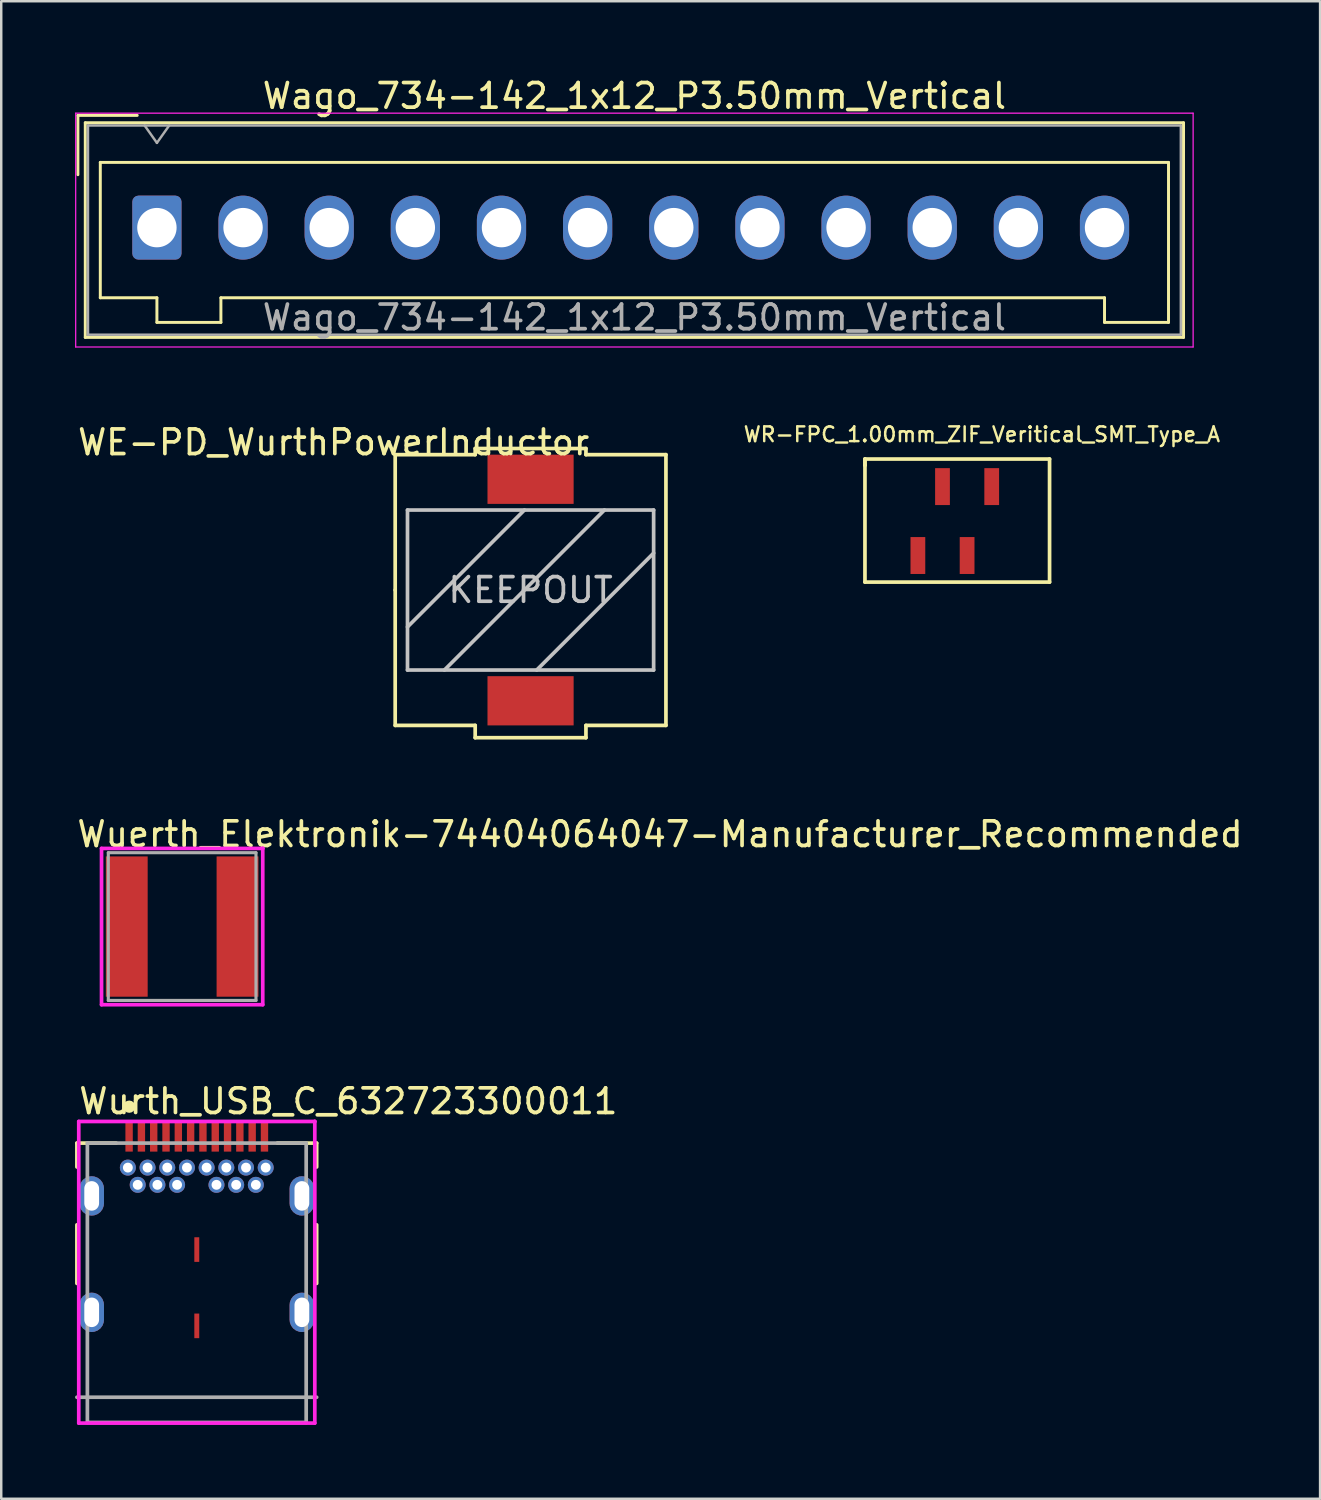
<source format=kicad_pcb>
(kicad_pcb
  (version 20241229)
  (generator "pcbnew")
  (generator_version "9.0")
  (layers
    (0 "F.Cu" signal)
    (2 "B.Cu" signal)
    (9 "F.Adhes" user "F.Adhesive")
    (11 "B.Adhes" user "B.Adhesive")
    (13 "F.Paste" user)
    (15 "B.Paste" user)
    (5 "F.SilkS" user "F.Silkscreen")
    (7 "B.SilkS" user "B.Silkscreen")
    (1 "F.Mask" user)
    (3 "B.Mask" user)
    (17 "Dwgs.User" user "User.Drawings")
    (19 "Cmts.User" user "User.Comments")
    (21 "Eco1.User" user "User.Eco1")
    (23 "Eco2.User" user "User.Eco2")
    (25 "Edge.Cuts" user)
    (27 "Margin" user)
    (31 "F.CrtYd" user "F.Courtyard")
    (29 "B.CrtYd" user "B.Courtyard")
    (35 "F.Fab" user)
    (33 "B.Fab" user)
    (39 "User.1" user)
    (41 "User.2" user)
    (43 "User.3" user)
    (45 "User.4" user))
  (footprint "Wurth_USB_C_632723300011"
    (layer "F.Cu")
    (at 4.945 49.068)
    (property "Reference" "Wurth_USB_C_632723300011" (at -4.87 -7.375 0) (layer "F.SilkS") (effects (font (size 1 1) (thickness 0.15)) (justify left)))
    (attr through_hole)
    (fp_line (start -4.87 -5.675) (end -3.275 -5.675) (stroke (width 0.15) (type solid)) (layer "F.SilkS"))
    (fp_line (start -4.87 -4.705) (end -4.87 -5.675) (stroke (width 0.15) (type solid)) (layer "F.SilkS"))
    (fp_line (start -4.87 0.025) (end -4.87 -2.355) (stroke (width 0.15) (type solid)) (layer "F.SilkS"))
    (fp_line (start 3.275 -5.675) (end 4.87 -5.675) (stroke (width 0.15) (type solid)) (layer "F.SilkS"))
    (fp_line (start 4.87 -4.705) (end 4.87 -5.675) (stroke (width 0.15) (type solid)) (layer "F.SilkS"))
    (fp_line (start 4.87 0.025) (end 4.87 -2.355) (stroke (width 0.15) (type solid)) (layer "F.SilkS"))
    (fp_circle (center -2.745 -7.155) (end -2.62 -7.155) (stroke (width 0.25) (type solid)) (fill no) (layer "F.SilkS"))
    (fp_line (start -4.795 -6.555) (end -4.795 5.7) (stroke (width 0.15) (type solid)) (layer "F.CrtYd"))
    (fp_line (start -4.795 5.7) (end 4.795 5.7) (stroke (width 0.15) (type solid)) (layer "F.CrtYd"))
    (fp_line (start 4.795 -6.555) (end -4.795 -6.555) (stroke (width 0.15) (type solid)) (layer "F.CrtYd"))
    (fp_line (start 4.795 -6.555) (end 4.795 -6.555) (stroke (width 0.15) (type solid)) (layer "F.CrtYd"))
    (fp_line (start 4.795 5.7) (end 4.795 -6.555) (stroke (width 0.15) (type solid)) (layer "F.CrtYd"))
    (fp_line (start -4.445 -5.675) (end 4.445 -5.675) (stroke (width 0.15) (type solid)) (layer "F.Fab"))
    (fp_line (start -4.445 5.675) (end -4.445 -5.675) (stroke (width 0.15) (type solid)) (layer "F.Fab"))
    (fp_line (start 4.445 -5.675) (end 4.445 5.675) (stroke (width 0.15) (type solid)) (layer "F.Fab"))
    (fp_line (start 4.445 5.675) (end -4.445 5.675) (stroke (width 0.15) (type solid)) (layer "F.Fab"))
    (fp_line (start 4.87 4.65) (end -4.87 4.65) (stroke (width 0.15) (type solid)) (layer "F.Fab"))
    (pad "1" thru_hole circle (at -2 -4.68) (size 0.65 0.65) (drill 0.4) (layers "*.Cu"))
    (pad "2" thru_hole circle (at 2 -4.68) (size 0.65 0.65) (drill 0.4) (layers "*.Cu"))
    (pad "A1" smd rect (at -2.75 -5.93) (size 0.3 1.2) (layers "F.Cu" "F.Mask" "F.Paste"))
    (pad "A2" smd rect (at -2.25 -5.93) (size 0.3 1.2) (layers "F.Cu" "F.Mask" "F.Paste"))
    (pad "A3" smd rect (at -1.75 -5.93) (size 0.3 1.2) (layers "F.Cu" "F.Mask" "F.Paste"))
    (pad "A4" smd rect (at -1.25 -5.93) (size 0.3 1.2) (layers "F.Cu" "F.Mask" "F.Paste"))
    (pad "A5" smd rect (at -0.75 -5.93) (size 0.3 1.2) (layers "F.Cu" "F.Mask" "F.Paste"))
    (pad "A6" smd rect (at -0.25 -5.93) (size 0.3 1.2) (layers "F.Cu" "F.Mask" "F.Paste"))
    (pad "A7" smd rect (at 0.25 -5.93) (size 0.3 1.2) (layers "F.Cu" "F.Mask" "F.Paste"))
    (pad "A8" smd rect (at 0.75 -5.93) (size 0.3 1.2) (layers "F.Cu" "F.Mask" "F.Paste"))
    (pad "A9" smd rect (at 1.25 -5.93) (size 0.3 1.2) (layers "F.Cu" "F.Mask" "F.Paste"))
    (pad "A10" smd rect (at 1.75 -5.93) (size 0.3 1.2) (layers "F.Cu" "F.Mask" "F.Paste"))
    (pad "A11" smd rect (at 2.25 -5.93) (size 0.3 1.2) (layers "F.Cu" "F.Mask" "F.Paste"))
    (pad "A12" smd rect (at 2.75 -5.93) (size 0.3 1.2) (layers "F.Cu" "F.Mask" "F.Paste"))
    (pad "B1" thru_hole circle (at 2.8 -4.68) (size 0.65 0.65) (drill 0.4) (layers "*.Cu"))
    (pad "B2" thru_hole circle (at 2.4 -3.98) (size 0.65 0.65) (drill 0.4) (layers "*.Cu"))
    (pad "B3" thru_hole circle (at 1.6 -3.98) (size 0.65 0.65) (drill 0.4) (layers "*.Cu"))
    (pad "B4" thru_hole circle (at 1.2 -4.68) (size 0.65 0.65) (drill 0.4) (layers "*.Cu"))
    (pad "B5" thru_hole circle (at 0.8 -3.98) (size 0.65 0.65) (drill 0.4) (layers "*.Cu"))
    (pad "B6" thru_hole circle (at 0.4 -4.68) (size 0.65 0.65) (drill 0.4) (layers "*.Cu"))
    (pad "B7" thru_hole circle (at -0.4 -4.68) (size 0.65 0.65) (drill 0.4) (layers "*.Cu"))
    (pad "B8" thru_hole circle (at -0.8 -3.98) (size 0.65 0.65) (drill 0.4) (layers "*.Cu"))
    (pad "B9" thru_hole circle (at -1.2 -4.68) (size 0.65 0.65) (drill 0.4) (layers "*.Cu"))
    (pad "B10" thru_hole circle (at -1.6 -3.98) (size 0.65 0.65) (drill 0.4) (layers "*.Cu"))
    (pad "B11" thru_hole circle (at -2.4 -3.98) (size 0.65 0.65) (drill 0.4) (layers "*.Cu"))
    (pad "B12" thru_hole circle (at -2.8 -4.68) (size 0.65 0.65) (drill 0.4) (layers "*.Cu"))
    (pad "S1" thru_hole roundrect (at -4.27 -3.53) (size 1 1.6) (drill oval 0.6 1.2) (layers "*.Cu") (roundrect_rratio 0.5))
    (pad "S1" thru_hole roundrect (at -4.27 1.2) (size 1 1.6) (drill oval 0.6 1.2) (layers "*.Cu") (roundrect_rratio 0.5))
    (pad "S1" smd rect (at 0 -1.35) (size 0.2 1) (layers "F.Cu" "F.Mask" "F.Paste"))
    (pad "S1" smd rect (at 0 1.75) (size 0.2 1) (layers "F.Cu" "F.Mask" "F.Paste"))
    (pad "S1" thru_hole roundrect (at 4.27 -3.53) (size 1 1.6) (drill oval 0.6 1.2) (layers "*.Cu") (roundrect_rratio 0.5))
    (pad "S1" thru_hole roundrect (at 4.27 1.2) (size 1 1.6) (drill oval 0.6 1.2) (layers "*.Cu") (roundrect_rratio 0.5)))
  (footprint "WR-FPC_1.00mm_ZIF_Veritical_SMT_Type_A"
    (layer "F.Cu")
    (at 37.342 18.35)
    (property "Reference" "WR-FPC_1.00mm_ZIF_Veritical_SMT_Type_A" (at -0.5 -3.75 0) (layer "F.SilkS") (effects (font (size 0.6 0.6) (thickness 0.1))))
    (attr through_hole)
    (fp_line (start -5.25 -2.75) (end 2.25 -2.75) (stroke (width 0.15) (type solid)) (layer "F.SilkS"))
    (fp_line (start -5.25 -2.5) (end -5.25 -2.75) (stroke (width 0.15) (type solid)) (layer "F.SilkS"))
    (fp_line (start -5.25 -2.5) (end -5.25 -2.75) (stroke (width 0.15) (type solid)) (layer "F.SilkS"))
    (fp_line (start -5.25 2.25) (end -5.25 -2.5) (stroke (width 0.15) (type solid)) (layer "F.SilkS"))
    (fp_line (start 2.25 -2.75) (end 2.25 2.25) (stroke (width 0.15) (type solid)) (layer "F.SilkS"))
    (fp_line (start 2.25 2.25) (end -5.25 2.25) (stroke (width 0.15) (type solid)) (layer "F.SilkS"))
    (pad "1" smd rect (at -3.1 1.17) (size 0.6 1.5) (layers "F.Cu" "F.Mask" "F.Paste"))
    (pad "2" smd rect (at -2.1 -1.63) (size 0.6 1.5) (layers "F.Cu" "F.Mask" "F.Paste"))
    (pad "3" smd rect (at -1.1 1.17) (size 0.6 1.5) (layers "F.Cu" "F.Mask" "F.Paste"))
    (pad "4" smd rect (at -0.1 -1.63) (size 0.6 1.5) (layers "F.Cu" "F.Mask" "F.Paste")))
  (footprint "Wago_734-142_1x12_P3.50mm_Vertical"
    (layer "F.Cu")
    (at 3.325 6.198)
    (property "Reference" "Wago_734-142_1x12_P3.50mm_Vertical" (at 19.4 -5.35 0) (layer "F.SilkS") (effects (font (size 1 1) (thickness 0.15))))
    (attr through_hole)
    (fp_line (start -3.21 -4.56) (end -0.8 -4.56) (stroke (width 0.12) (type solid)) (layer "F.SilkS"))
    (fp_line (start -3.21 -2.15) (end -3.21 -4.56) (stroke (width 0.12) (type solid)) (layer "F.SilkS"))
    (fp_line (start -2.91 -4.26) (end -2.91 4.46) (stroke (width 0.12) (type solid)) (layer "F.SilkS"))
    (fp_line (start -2.91 4.46) (end 41.71 4.46) (stroke (width 0.12) (type solid)) (layer "F.SilkS"))
    (fp_line (start -2.3 -2.65) (end -2.3 2.85) (stroke (width 0.12) (type solid)) (layer "F.SilkS"))
    (fp_line (start -2.3 2.85) (end 0 2.85) (stroke (width 0.12) (type solid)) (layer "F.SilkS"))
    (fp_line (start 0 2.85) (end 0 3.85) (stroke (width 0.12) (type solid)) (layer "F.SilkS"))
    (fp_line (start 0 3.85) (end 2.6 3.85) (stroke (width 0.12) (type solid)) (layer "F.SilkS"))
    (fp_line (start 2.6 2.85) (end 38.5 2.85) (stroke (width 0.12) (type solid)) (layer "F.SilkS"))
    (fp_line (start 2.6 3.85) (end 2.6 2.85) (stroke (width 0.12) (type solid)) (layer "F.SilkS"))
    (fp_line (start 38.5 2.85) (end 38.5 3.85) (stroke (width 0.12) (type solid)) (layer "F.SilkS"))
    (fp_line (start 38.5 3.85) (end 41.1 3.85) (stroke (width 0.12) (type solid)) (layer "F.SilkS"))
    (fp_line (start 41.1 -2.65) (end -2.3 -2.65) (stroke (width 0.12) (type solid)) (layer "F.SilkS"))
    (fp_line (start 41.1 3.85) (end 41.1 -2.65) (stroke (width 0.12) (type solid)) (layer "F.SilkS"))
    (fp_line (start 41.71 -4.26) (end -2.91 -4.26) (stroke (width 0.12) (type solid)) (layer "F.SilkS"))
    (fp_line (start 41.71 4.46) (end 41.71 -4.26) (stroke (width 0.12) (type solid)) (layer "F.SilkS"))
    (fp_line (start -3.3 -4.65) (end -3.3 4.85) (stroke (width 0.05) (type solid)) (layer "F.CrtYd"))
    (fp_line (start -3.3 4.85) (end 42.1 4.85) (stroke (width 0.05) (type solid)) (layer "F.CrtYd"))
    (fp_line (start 42.1 -4.65) (end -3.3 -4.65) (stroke (width 0.05) (type solid)) (layer "F.CrtYd"))
    (fp_line (start 42.1 4.85) (end 42.1 -4.65) (stroke (width 0.05) (type solid)) (layer "F.CrtYd"))
    (fp_line (start -2.8 -4.15) (end -2.8 4.35) (stroke (width 0.1) (type solid)) (layer "F.Fab"))
    (fp_line (start -2.8 4.35) (end 41.6 4.35) (stroke (width 0.1) (type solid)) (layer "F.Fab"))
    (fp_line (start -0.5 -4.15) (end 0 -3.443) (stroke (width 0.1) (type solid)) (layer "F.Fab"))
    (fp_line (start 0 -3.443) (end 0.5 -4.15) (stroke (width 0.1) (type solid)) (layer "F.Fab"))
    (fp_line (start 41.6 -4.15) (end -2.8 -4.15) (stroke (width 0.1) (type solid)) (layer "F.Fab"))
    (fp_line (start 41.6 4.35) (end 41.6 -4.15) (stroke (width 0.1) (type solid)) (layer "F.Fab"))
    (fp_text user "${REFERENCE}" (at 19.4 3.65 0) (layer "F.Fab") (effects (font (size 1 1) (thickness 0.15))))
    (pad "1" thru_hole roundrect (at 0 0) (size 2 2.6) (drill 1.6) (layers "*.Cu" "*.Mask") (roundrect_rratio 0.125))
    (pad "2" thru_hole oval (at 3.5 0) (size 2 2.6) (drill 1.6) (layers "*.Cu" "*.Mask"))
    (pad "3" thru_hole oval (at 7 0) (size 2 2.6) (drill 1.6) (layers "*.Cu" "*.Mask"))
    (pad "4" thru_hole oval (at 10.5 0) (size 2 2.6) (drill 1.6) (layers "*.Cu" "*.Mask"))
    (pad "5" thru_hole oval (at 14 0) (size 2 2.6) (drill 1.6) (layers "*.Cu" "*.Mask"))
    (pad "6" thru_hole oval (at 17.5 0) (size 2 2.6) (drill 1.6) (layers "*.Cu" "*.Mask"))
    (pad "7" thru_hole oval (at 21 0) (size 2 2.6) (drill 1.6) (layers "*.Cu" "*.Mask"))
    (pad "8" thru_hole oval (at 24.5 0) (size 2 2.6) (drill 1.6) (layers "*.Cu" "*.Mask"))
    (pad "9" thru_hole oval (at 28 0) (size 2 2.6) (drill 1.6) (layers "*.Cu" "*.Mask"))
    (pad "10" thru_hole oval (at 31.5 0) (size 2 2.6) (drill 1.6) (layers "*.Cu" "*.Mask"))
    (pad "11" thru_hole oval (at 35 0) (size 2 2.6) (drill 1.6) (layers "*.Cu" "*.Mask"))
    (pad "12" thru_hole oval (at 38.5 0) (size 2 2.6) (drill 1.6) (layers "*.Cu" "*.Mask")))
  (footprint "Wuerth_Elektronik-74404064047-Manufacturer_Recommended"
    (layer "F.Cu")
    (at 4.35 34.595)
    (property "Reference" "Wuerth_Elektronik-74404064047-Manufacturer_Recommended" (at -4.35 -3.75 0) (layer "F.SilkS") (effects (font (size 1 1) (thickness 0.15)) (justify left)))
    (attr through_hole)
    (fp_line (start -3.275 -3.175) (end -3.275 3.175) (stroke (width 0.15) (type solid)) (layer "F.CrtYd"))
    (fp_line (start -3.275 3.175) (end 3.275 3.175) (stroke (width 0.15) (type solid)) (layer "F.CrtYd"))
    (fp_line (start 3.275 -3.175) (end -3.275 -3.175) (stroke (width 0.15) (type solid)) (layer "F.CrtYd"))
    (fp_line (start 3.275 -3.175) (end 3.275 -3.175) (stroke (width 0.15) (type solid)) (layer "F.CrtYd"))
    (fp_line (start 3.275 3.175) (end 3.275 -3.175) (stroke (width 0.15) (type solid)) (layer "F.CrtYd"))
    (fp_line (start -3 -3) (end 3 -3) (stroke (width 0.127) (type solid)) (layer "F.Fab"))
    (fp_line (start -3 3) (end -3 -3) (stroke (width 0.127) (type solid)) (layer "F.Fab"))
    (fp_line (start -3 3) (end 3 3) (stroke (width 0.127) (type solid)) (layer "F.Fab"))
    (fp_line (start 3 3) (end 3 -3) (stroke (width 0.127) (type solid)) (layer "F.Fab"))
    (pad "1" smd rect (at -2.25 0.000001) (size 1.7 5.7) (layers "F.Cu" "F.Mask" "F.Paste"))
    (pad "2" smd rect (at 2.25 0.000001) (size 1.7 5.7) (layers "F.Cu" "F.Mask" "F.Paste")))
  (footprint "WE-PD_WurthPowerInductor"
    (layer "F.Cu")
    (at 18.506 20.922)
    (property "Reference" "WE-PD_WurthPowerInductor" (at -8 -6 0) (layer "F.SilkS") (effects (font (size 1 1) (thickness 0.15))))
    (attr through_hole)
    (fp_line (start -5.5 -5.5) (end -5.5 0) (stroke (width 0.15) (type solid)) (layer "F.SilkS"))
    (fp_line (start -5.5 0) (end -5.5 5.5) (stroke (width 0.15) (type solid)) (layer "F.SilkS"))
    (fp_line (start -5.5 5.5) (end -2.25 5.5) (stroke (width 0.15) (type solid)) (layer "F.SilkS"))
    (fp_line (start -2.25 -5.75) (end -2.25 -5.5) (stroke (width 0.15) (type solid)) (layer "F.SilkS"))
    (fp_line (start -2.25 -5.5) (end -5.5 -5.5) (stroke (width 0.15) (type solid)) (layer "F.SilkS"))
    (fp_line (start -2.25 5.5) (end -2.25 6) (stroke (width 0.15) (type solid)) (layer "F.SilkS"))
    (fp_line (start -2.25 6) (end 2.25 6) (stroke (width 0.15) (type solid)) (layer "F.SilkS"))
    (fp_line (start 2.25 -5.75) (end -2.25 -5.75) (stroke (width 0.15) (type solid)) (layer "F.SilkS"))
    (fp_line (start 2.25 -5.5) (end 2.25 -5.75) (stroke (width 0.15) (type solid)) (layer "F.SilkS"))
    (fp_line (start 2.25 5.5) (end 5.5 5.5) (stroke (width 0.15) (type solid)) (layer "F.SilkS"))
    (fp_line (start 2.25 6) (end 2.25 5.5) (stroke (width 0.15) (type solid)) (layer "F.SilkS"))
    (fp_line (start 5.5 -5.5) (end 2.25 -5.5) (stroke (width 0.15) (type solid)) (layer "F.SilkS"))
    (fp_line (start 5.5 5.5) (end 5.5 -5.5) (stroke (width 0.15) (type solid)) (layer "F.SilkS"))
    (fp_line (start -5 -3.25) (end 5 -3.25) (stroke (width 0.15) (type solid)) (layer "Dwgs.User"))
    (fp_line (start -5 1.5) (end -0.25 -3.25) (stroke (width 0.15) (type solid)) (layer "Dwgs.User"))
    (fp_line (start -5 3.25) (end -5 -3.25) (stroke (width 0.15) (type solid)) (layer "Dwgs.User"))
    (fp_line (start -3.5 3.25) (end 3 -3.25) (stroke (width 0.15) (type solid)) (layer "Dwgs.User"))
    (fp_line (start 5 -3.25) (end 5 3.25) (stroke (width 0.15) (type solid)) (layer "Dwgs.User"))
    (fp_line (start 5 -1.5) (end 0.25 3.25) (stroke (width 0.15) (type solid)) (layer "Dwgs.User"))
    (fp_line (start 5 3.25) (end -5 3.25) (stroke (width 0.15) (type solid)) (layer "Dwgs.User"))
    (fp_text user "KEEPOUT" (at 0 0 0) (layer "Dwgs.User") (effects (font (size 1 1) (thickness 0.15))))
    (pad "1" smd rect (at 0 -4.5) (size 3.5 2) (layers "F.Cu" "F.Mask" "F.Paste"))
    (pad "2" smd rect (at 0 4.5) (size 3.5 2) (layers "F.Cu" "F.Mask" "F.Paste")))
  (gr_rect
    (start -3 -3)
    (end 50.583 57.843)
    (stroke (width 0.1) (type default))
    (fill no)
    (layer "Edge.Cuts")))
</source>
